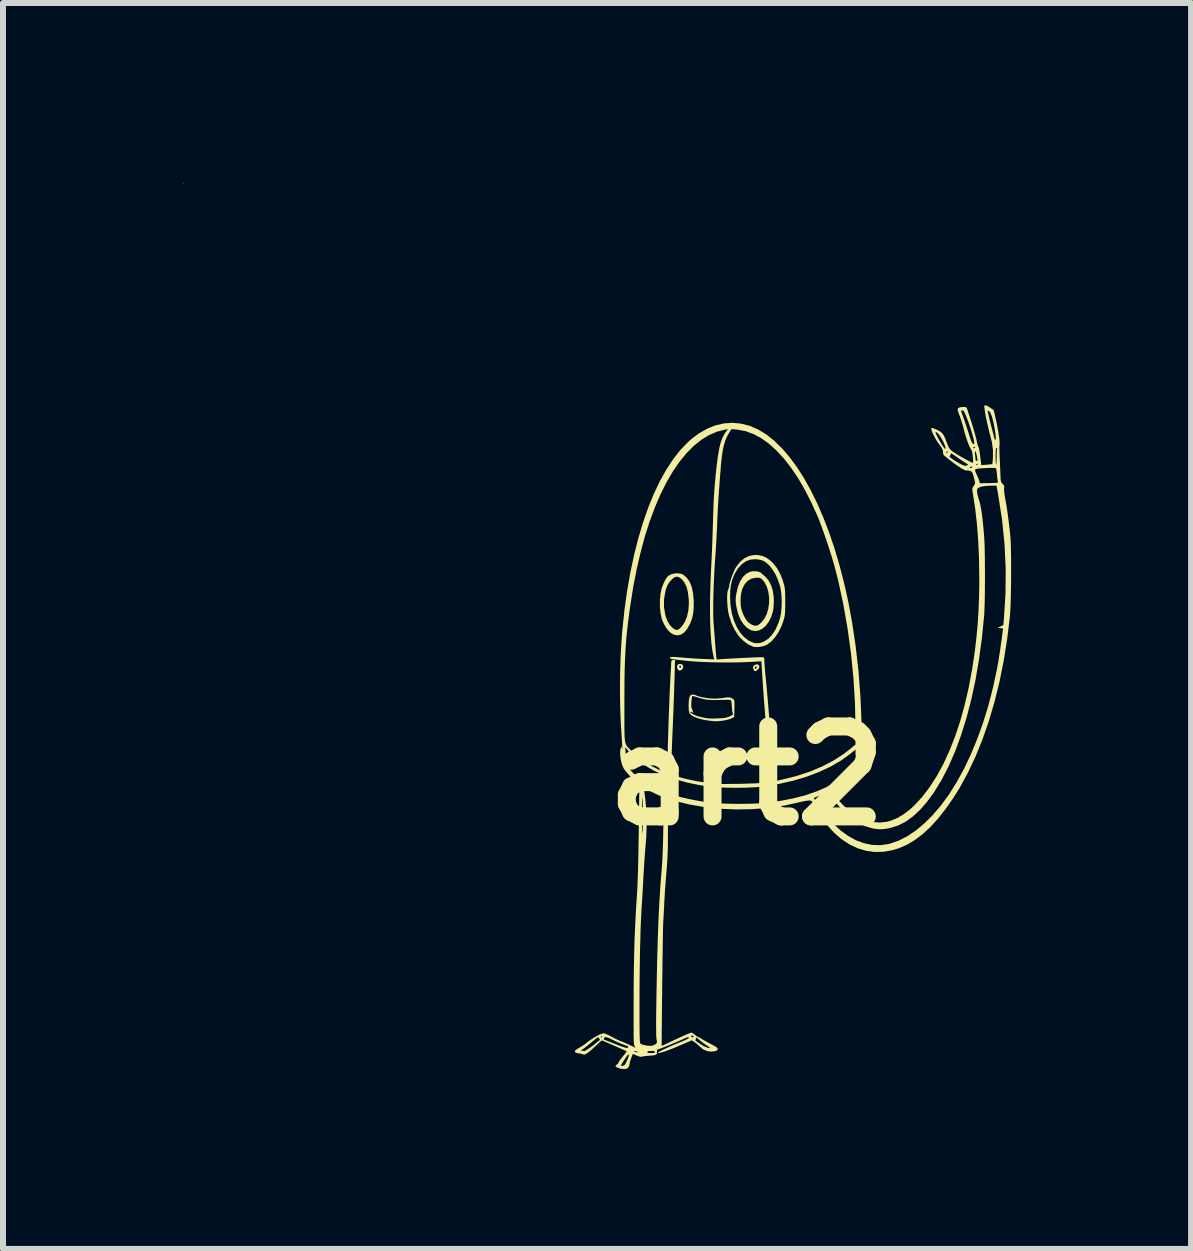
<source format=kicad_pcb>
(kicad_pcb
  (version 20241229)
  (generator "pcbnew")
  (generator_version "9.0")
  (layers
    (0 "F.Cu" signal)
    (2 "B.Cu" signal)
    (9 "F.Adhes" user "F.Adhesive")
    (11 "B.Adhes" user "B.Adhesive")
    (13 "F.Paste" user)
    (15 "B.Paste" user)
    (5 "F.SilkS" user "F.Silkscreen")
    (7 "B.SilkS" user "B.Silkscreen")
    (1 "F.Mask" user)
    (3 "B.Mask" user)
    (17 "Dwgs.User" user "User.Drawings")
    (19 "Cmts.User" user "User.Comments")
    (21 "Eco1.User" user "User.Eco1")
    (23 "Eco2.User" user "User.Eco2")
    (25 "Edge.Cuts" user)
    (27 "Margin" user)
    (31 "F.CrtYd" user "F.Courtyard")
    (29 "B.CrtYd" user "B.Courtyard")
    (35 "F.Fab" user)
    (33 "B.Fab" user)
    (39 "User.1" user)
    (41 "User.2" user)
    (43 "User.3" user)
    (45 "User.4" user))
  (footprint "art2"
    (layer "F.Cu")
    (at 9.4 9.882)
    (property "Reference" "art2" (at 0 0 0) (layer "F.SilkS") (effects (font (size 1.5 1.5) (thickness 0.3))))
    (attr board_only exclude_from_pos_files exclude_from_bom)
    (fp_poly (pts (xy -9.388 -9.876) (xy -9.394 -9.871) (xy -9.4 -9.876) (xy -9.394 -9.882)) (stroke (width 0) (type solid)) (fill yes) (layer "F.SilkS"))
    (fp_poly (pts (xy -1.089 -1.859) (xy -1.064 -1.841) (xy -1.059 -1.821) (xy -1.067 -1.787) (xy -1.087 -1.764) (xy -1.112 -1.753) (xy -1.137 -1.758) (xy -1.153 -1.776) (xy -1.164 -1.814) (xy -1.161 -1.828) (xy -1.128 -1.828) (xy -1.125 -1.812) (xy -1.122 -1.808) (xy -1.104 -1.8) (xy -1.095 -1.813) (xy -1.094 -1.818) (xy -1.104 -1.833) (xy -1.112 -1.835) (xy -1.128 -1.828) (xy -1.161 -1.828) (xy -1.157 -1.844) (xy -1.135 -1.862) (xy -1.102 -1.863)) (stroke (width 0) (type solid)) (fill yes) (layer "F.SilkS"))
    (fp_poly (pts (xy 0.181 -1.856) (xy 0.198 -1.845) (xy 0.211 -1.821) (xy 0.203 -1.794) (xy 0.183 -1.77) (xy 0.156 -1.747) (xy 0.137 -1.743) (xy 0.121 -1.756) (xy 0.121 -1.756) (xy 0.103 -1.791) (xy 0.103 -1.794) (xy 0.133 -1.794) (xy 0.142 -1.782) (xy 0.154 -1.783) (xy 0.164 -1.799) (xy 0.165 -1.807) (xy 0.159 -1.818) (xy 0.176 -1.818) (xy 0.182 -1.812) (xy 0.188 -1.818) (xy 0.182 -1.824) (xy 0.176 -1.818) (xy 0.159 -1.818) (xy 0.157 -1.822) (xy 0.143 -1.82) (xy 0.135 -1.812) (xy 0.133 -1.794) (xy 0.103 -1.794) (xy 0.107 -1.821) (xy 0.118 -1.836) (xy 0.15 -1.856)) (stroke (width 0) (type solid)) (fill yes) (layer "F.SilkS"))
    (fp_poly (pts (xy -1.089 -3.365) (xy -1.058 -3.35) (xy -0.999 -3.299) (xy -0.953 -3.232) (xy -0.919 -3.15) (xy -0.897 -3.049) (xy -0.886 -2.928) (xy -0.885 -2.916) (xy -0.885 -2.803) (xy -0.894 -2.707) (xy -0.913 -2.621) (xy -0.944 -2.539) (xy -0.951 -2.523) (xy -0.997 -2.443) (xy -1.046 -2.386) (xy -1.099 -2.352) (xy -1.156 -2.34) (xy -1.215 -2.352) (xy -1.259 -2.375) (xy -1.303 -2.412) (xy -1.345 -2.466) (xy -1.383 -2.532) (xy -1.413 -2.602) (xy -1.419 -2.62) (xy -1.439 -2.716) (xy -1.448 -2.814) (xy -1.381 -2.814) (xy -1.36 -2.685) (xy -1.347 -2.639) (xy -1.323 -2.578) (xy -1.291 -2.523) (xy -1.253 -2.478) (xy -1.213 -2.446) (xy -1.175 -2.431) (xy -1.152 -2.432) (xy -1.132 -2.444) (xy -1.104 -2.468) (xy -1.082 -2.491) (xy -1.033 -2.564) (xy -0.997 -2.654) (xy -0.974 -2.759) (xy -0.966 -2.876) (xy -0.968 -2.94) (xy -0.981 -3.053) (xy -1.004 -3.146) (xy -1.039 -3.22) (xy -1.076 -3.268) (xy -1.121 -3.305) (xy -1.161 -3.319) (xy -1.199 -3.312) (xy -1.24 -3.283) (xy -1.256 -3.266) (xy -1.296 -3.219) (xy -1.324 -3.174) (xy -1.344 -3.121) (xy -1.357 -3.076) (xy -1.38 -2.943) (xy -1.381 -2.814) (xy -1.448 -2.814) (xy -1.449 -2.823) (xy -1.449 -2.933) (xy -1.438 -3.039) (xy -1.417 -3.132) (xy -1.412 -3.146) (xy -1.388 -3.206) (xy -1.361 -3.262) (xy -1.333 -3.306) (xy -1.311 -3.33) (xy -1.264 -3.357) (xy -1.206 -3.372) (xy -1.145 -3.375)) (stroke (width 0) (type solid)) (fill yes) (layer "F.SilkS"))
    (fp_poly (pts (xy 0.191 -3.402) (xy 0.225 -3.39) (xy 0.233 -3.385) (xy 0.253 -3.366) (xy 0.283 -3.34) (xy 0.304 -3.322) (xy 0.361 -3.257) (xy 0.405 -3.175) (xy 0.435 -3.078) (xy 0.449 -2.967) (xy 0.451 -2.918) (xy 0.449 -2.859) (xy 0.445 -2.801) (xy 0.438 -2.753) (xy 0.436 -2.741) (xy 0.406 -2.648) (xy 0.366 -2.567) (xy 0.318 -2.502) (xy 0.263 -2.453) (xy 0.203 -2.423) (xy 0.14 -2.412) (xy 0.077 -2.423) (xy 0.063 -2.429) (xy -0.000269 -2.468) (xy -0.057 -2.528) (xy -0.106 -2.605) (xy -0.144 -2.696) (xy -0.17 -2.798) (xy -0.174 -2.816) (xy -0.182 -2.873) (xy -0.186 -2.913) (xy -0.104 -2.913) (xy -0.101 -2.844) (xy -0.095 -2.799) (xy -0.078 -2.737) (xy -0.052 -2.673) (xy -0.021 -2.616) (xy 0.01 -2.572) (xy 0.019 -2.562) (xy 0.053 -2.536) (xy 0.092 -2.515) (xy 0.127 -2.502) (xy 0.151 -2.5) (xy 0.173 -2.506) (xy 0.178 -2.506) (xy 0.192 -2.513) (xy 0.217 -2.533) (xy 0.24 -2.553) (xy 0.292 -2.615) (xy 0.331 -2.693) (xy 0.357 -2.781) (xy 0.371 -2.875) (xy 0.372 -2.971) (xy 0.359 -3.065) (xy 0.334 -3.151) (xy 0.295 -3.225) (xy 0.261 -3.267) (xy 0.238 -3.288) (xy 0.217 -3.298) (xy 0.189 -3.302) (xy 0.153 -3.301) (xy 0.08 -3.286) (xy 0.018 -3.251) (xy -0.034 -3.195) (xy -0.073 -3.119) (xy -0.079 -3.104) (xy -0.092 -3.051) (xy -0.101 -2.984) (xy -0.104 -2.913) (xy -0.186 -2.913) (xy -0.186 -2.917) (xy -0.185 -2.958) (xy -0.18 -3.005) (xy -0.174 -3.039) (xy -0.149 -3.147) (xy -0.113 -3.238) (xy -0.066 -3.312) (xy -0.01 -3.367) (xy 0.055 -3.401) (xy 0.055 -3.401) (xy 0.098 -3.409) (xy 0.146 -3.409)) (stroke (width 0) (type solid)) (fill yes) (layer "F.SilkS"))
    (fp_poly (pts (xy 0.175 -3.68) (xy 0.258 -3.665) (xy 0.332 -3.632) (xy 0.402 -3.579) (xy 0.436 -3.544) (xy 0.499 -3.467) (xy 0.549 -3.38) (xy 0.592 -3.277) (xy 0.607 -3.229) (xy 0.619 -3.19) (xy 0.628 -3.156) (xy 0.633 -3.122) (xy 0.637 -3.083) (xy 0.639 -3.034) (xy 0.64 -2.971) (xy 0.641 -2.906) (xy 0.64 -2.825) (xy 0.639 -2.764) (xy 0.637 -2.716) (xy 0.633 -2.677) (xy 0.627 -2.643) (xy 0.618 -2.608) (xy 0.615 -2.597) (xy 0.577 -2.491) (xy 0.528 -2.393) (xy 0.471 -2.308) (xy 0.408 -2.238) (xy 0.342 -2.188) (xy 0.324 -2.178) (xy 0.274 -2.16) (xy 0.216 -2.148) (xy 0.159 -2.145) (xy 0.112 -2.15) (xy 0.106 -2.151) (xy 0.018 -2.193) (xy -0.064 -2.255) (xy -0.139 -2.335) (xy -0.203 -2.433) (xy -0.256 -2.545) (xy -0.295 -2.665) (xy -0.309 -2.727) (xy -0.319 -2.798) (xy -0.325 -2.872) (xy -0.328 -2.945) (xy -0.328 -2.977) (xy -0.279 -2.977) (xy -0.273 -2.858) (xy -0.269 -2.824) (xy -0.248 -2.697) (xy -0.213 -2.581) (xy -0.167 -2.476) (xy -0.111 -2.385) (xy -0.046 -2.311) (xy 0.026 -2.255) (xy 0.104 -2.219) (xy 0.126 -2.213) (xy 0.18 -2.208) (xy 0.234 -2.217) (xy 0.295 -2.242) (xy 0.295 -2.242) (xy 0.363 -2.288) (xy 0.425 -2.355) (xy 0.479 -2.439) (xy 0.525 -2.54) (xy 0.555 -2.632) (xy 0.57 -2.709) (xy 0.579 -2.802) (xy 0.582 -2.901) (xy 0.578 -3.001) (xy 0.568 -3.092) (xy 0.555 -3.159) (xy 0.519 -3.266) (xy 0.474 -3.364) (xy 0.421 -3.449) (xy 0.362 -3.519) (xy 0.3 -3.569) (xy 0.275 -3.583) (xy 0.238 -3.595) (xy 0.19 -3.605) (xy 0.151 -3.61) (xy 0.065 -3.604) (xy -0.014 -3.576) (xy -0.085 -3.526) (xy -0.149 -3.456) (xy -0.203 -3.365) (xy -0.244 -3.267) (xy -0.264 -3.186) (xy -0.276 -3.088) (xy -0.279 -2.977) (xy -0.328 -2.977) (xy -0.327 -3.01) (xy -0.323 -3.063) (xy -0.314 -3.098) (xy -0.313 -3.098) (xy -0.3 -3.133) (xy -0.294 -3.164) (xy -0.294 -3.166) (xy -0.289 -3.197) (xy -0.276 -3.243) (xy -0.258 -3.298) (xy -0.236 -3.356) (xy -0.213 -3.411) (xy -0.191 -3.458) (xy -0.177 -3.481) (xy -0.113 -3.564) (xy -0.041 -3.625) (xy 0.039 -3.664) (xy 0.126 -3.68)) (stroke (width 0) (type solid)) (fill yes) (layer "F.SilkS"))
    (fp_poly (pts (xy -0.871 -1.35) (xy -0.852 -1.343) (xy -0.852 -1.343) (xy -0.831 -1.332) (xy -0.792 -1.32) (xy -0.741 -1.308) (xy -0.683 -1.298) (xy -0.625 -1.29) (xy -0.585 -1.287) (xy -0.507 -1.286) (xy -0.425 -1.292) (xy -0.392 -1.297) (xy -0.342 -1.305) (xy -0.308 -1.307) (xy -0.283 -1.305) (xy -0.259 -1.297) (xy -0.255 -1.295) (xy -0.225 -1.277) (xy -0.209 -1.256) (xy -0.208 -1.253) (xy -0.207 -1.234) (xy -0.206 -1.196) (xy -0.206 -1.147) (xy -0.207 -1.092) (xy -0.209 -1.037) (xy -0.211 -0.988) (xy -0.211 -0.986) (xy -0.223 -0.972) (xy -0.253 -0.956) (xy -0.295 -0.941) (xy -0.346 -0.928) (xy -0.4 -0.918) (xy -0.401 -0.918) (xy -0.45 -0.912) (xy -0.486 -0.909) (xy -0.517 -0.908) (xy -0.551 -0.91) (xy -0.596 -0.915) (xy -0.635 -0.919) (xy -0.725 -0.934) (xy -0.805 -0.954) (xy -0.872 -0.979) (xy -0.923 -1.008) (xy -0.954 -1.04) (xy -0.962 -1.056) (xy -0.962 -1.059) (xy -0.941 -1.059) (xy -0.932 -1.048) (xy -0.907 -1.031) (xy -0.885 -1.019) (xy -0.856 -1.006) (xy -0.826 -0.995) (xy -0.787 -0.984) (xy -0.736 -0.972) (xy -0.676 -0.96) (xy -0.639 -0.956) (xy -0.586 -0.954) (xy -0.524 -0.954) (xy -0.461 -0.957) (xy -0.403 -0.96) (xy -0.359 -0.966) (xy -0.345 -0.969) (xy -0.302 -0.982) (xy -0.266 -0.998) (xy -0.24 -1.014) (xy -0.229 -1.028) (xy -0.232 -1.034) (xy -0.238 -1.048) (xy -0.244 -1.08) (xy -0.248 -1.124) (xy -0.249 -1.142) (xy -0.252 -1.189) (xy -0.257 -1.228) (xy -0.261 -1.252) (xy -0.263 -1.256) (xy -0.274 -1.262) (xy -0.3 -1.265) (xy -0.344 -1.266) (xy -0.408 -1.264) (xy -0.439 -1.263) (xy -0.532 -1.261) (xy -0.608 -1.263) (xy -0.676 -1.27) (xy -0.742 -1.283) (xy -0.812 -1.303) (xy -0.826 -1.308) (xy -0.866 -1.32) (xy -0.896 -1.327) (xy -0.911 -1.328) (xy -0.911 -1.328) (xy -0.914 -1.315) (xy -0.919 -1.284) (xy -0.923 -1.242) (xy -0.924 -1.233) (xy -0.926 -1.179) (xy -0.924 -1.142) (xy -0.916 -1.114) (xy -0.912 -1.107) (xy -0.899 -1.076) (xy -0.894 -1.055) (xy -0.899 -1.05) (xy -0.908 -1.056) (xy -0.928 -1.069) (xy -0.94 -1.066) (xy -0.941 -1.059) (xy -0.962 -1.059) (xy -0.968 -1.094) (xy -0.97 -1.145) (xy -0.97 -1.201) (xy -0.966 -1.254) (xy -0.96 -1.297) (xy -0.954 -1.315) (xy -0.939 -1.341) (xy -0.918 -1.352) (xy -0.901 -1.353)) (stroke (width 0) (type solid)) (fill yes) (layer "F.SilkS"))
    (fp_poly (pts (xy 4.009 -6.165) (xy 4.052 -6.139) (xy 4.058 -6.135) (xy 4.116 -6.093) (xy 4.146 -5.967) (xy 4.162 -5.894) (xy 4.177 -5.818) (xy 4.191 -5.741) (xy 4.202 -5.67) (xy 4.21 -5.607) (xy 4.214 -5.557) (xy 4.214 -5.524) (xy 4.213 -5.519) (xy 4.211 -5.496) (xy 4.211 -5.456) (xy 4.211 -5.402) (xy 4.214 -5.339) (xy 4.215 -5.312) (xy 4.219 -5.237) (xy 4.222 -5.158) (xy 4.225 -5.085) (xy 4.228 -5.025) (xy 4.228 -5.017) (xy 4.23 -4.962) (xy 4.233 -4.926) (xy 4.239 -4.902) (xy 4.248 -4.884) (xy 4.263 -4.868) (xy 4.264 -4.866) (xy 4.286 -4.84) (xy 4.292 -4.816) (xy 4.289 -4.794) (xy 4.288 -4.763) (xy 4.293 -4.713) (xy 4.302 -4.648) (xy 4.31 -4.603) (xy 4.33 -4.494) (xy 4.348 -4.372) (xy 4.366 -4.236) (xy 4.384 -4.08) (xy 4.391 -4.018) (xy 4.396 -3.954) (xy 4.4 -3.87) (xy 4.403 -3.77) (xy 4.405 -3.657) (xy 4.406 -3.535) (xy 4.406 -3.407) (xy 4.406 -3.277) (xy 4.404 -3.148) (xy 4.402 -3.024) (xy 4.399 -2.908) (xy 4.395 -2.804) (xy 4.39 -2.716) (xy 4.385 -2.647) (xy 4.34 -2.277) (xy 4.283 -1.918) (xy 4.213 -1.57) (xy 4.13 -1.235) (xy 4.036 -0.914) (xy 3.93 -0.609) (xy 3.813 -0.32) (xy 3.685 -0.049) (xy 3.548 0.203) (xy 3.444 0.368) (xy 3.315 0.553) (xy 3.187 0.716) (xy 3.059 0.856) (xy 2.93 0.975) (xy 2.8 1.073) (xy 2.668 1.151) (xy 2.532 1.21) (xy 2.426 1.242) (xy 2.278 1.268) (xy 2.131 1.271) (xy 1.987 1.251) (xy 1.846 1.209) (xy 1.711 1.145) (xy 1.581 1.059) (xy 1.458 0.953) (xy 1.378 0.867) (xy 1.336 0.814) (xy 1.288 0.749) (xy 1.237 0.677) (xy 1.189 0.604) (xy 1.148 0.537) (xy 1.117 0.482) (xy 1.117 0.481) (xy 1.098 0.444) (xy 1.083 0.423) (xy 1.067 0.415) (xy 1.044 0.413) (xy 1.032 0.413) (xy 0.998 0.417) (xy 0.95 0.425) (xy 0.896 0.437) (xy 0.876 0.442) (xy 0.628 0.497) (xy 0.368 0.535) (xy 0.103 0.557) (xy -0.166 0.562) (xy -0.433 0.551) (xy -0.696 0.524) (xy -0.95 0.481) (xy -1.192 0.421) (xy -1.256 0.402) (xy -1.296 0.39) (xy -1.317 0.385) (xy -1.325 0.387) (xy -1.325 0.396) (xy -1.323 0.401) (xy -1.322 0.417) (xy -1.32 0.454) (xy -1.319 0.509) (xy -1.318 0.58) (xy -1.317 0.663) (xy -1.316 0.756) (xy -1.315 0.856) (xy -1.315 0.867) (xy -1.315 0.998) (xy -1.316 1.11) (xy -1.317 1.206) (xy -1.32 1.293) (xy -1.323 1.373) (xy -1.328 1.452) (xy -1.334 1.533) (xy -1.339 1.594) (xy -1.347 1.693) (xy -1.356 1.801) (xy -1.364 1.912) (xy -1.37 2.017) (xy -1.376 2.107) (xy -1.376 2.118) (xy -1.38 2.199) (xy -1.384 2.279) (xy -1.388 2.353) (xy -1.392 2.414) (xy -1.394 2.458) (xy -1.394 2.459) (xy -1.395 2.484) (xy -1.396 2.53) (xy -1.398 2.594) (xy -1.399 2.674) (xy -1.401 2.768) (xy -1.402 2.873) (xy -1.404 2.989) (xy -1.406 3.113) (xy -1.407 3.242) (xy -1.409 3.375) (xy -1.411 3.509) (xy -1.412 3.643) (xy -1.414 3.774) (xy -1.415 3.901) (xy -1.416 4.021) (xy -1.417 4.133) (xy -1.418 4.234) (xy -1.419 4.321) (xy -1.419 4.394) (xy -1.42 4.45) (xy -1.419 4.487) (xy -1.419 4.502) (xy -1.419 4.503) (xy -1.408 4.499) (xy -1.38 4.487) (xy -1.34 4.469) (xy -1.305 4.451) (xy -1.239 4.42) (xy -1.171 4.388) (xy -1.104 4.357) (xy -1.071 4.343) (xy -0.928 4.343) (xy -0.924 4.352) (xy -0.907 4.364) (xy -0.89 4.355) (xy -0.888 4.353) (xy -0.891 4.339) (xy -0.9 4.334) (xy -0.921 4.331) (xy -0.928 4.343) (xy -1.071 4.343) (xy -1.042 4.33) (xy -0.99 4.307) (xy -0.95 4.291) (xy -0.926 4.283) (xy -0.922 4.282) (xy -0.904 4.29) (xy -0.878 4.308) (xy -0.867 4.318) (xy -0.84 4.339) (xy -0.821 4.351) (xy -0.816 4.353) (xy -0.8 4.359) (xy -0.774 4.374) (xy -0.764 4.381) (xy -0.737 4.397) (xy -0.695 4.421) (xy -0.645 4.449) (xy -0.602 4.471) (xy -0.549 4.499) (xy -0.514 4.52) (xy -0.494 4.536) (xy -0.485 4.549) (xy -0.485 4.557) (xy -0.496 4.577) (xy -0.524 4.591) (xy -0.572 4.597) (xy -0.604 4.599) (xy -0.667 4.589) (xy -0.73 4.56) (xy -0.787 4.513) (xy -0.789 4.511) (xy -0.816 4.485) (xy -0.852 4.456) (xy -0.867 4.445) (xy -0.908 4.417) (xy -0.856 4.417) (xy -0.846 4.424) (xy -0.821 4.441) (xy -0.791 4.462) (xy -0.72 4.507) (xy -0.662 4.533) (xy -0.625 4.54) (xy -0.615 4.538) (xy -0.621 4.529) (xy -0.645 4.511) (xy -0.672 4.493) (xy -0.717 4.462) (xy -0.761 4.429) (xy -0.793 4.403) (xy -0.839 4.361) (xy -0.849 4.388) (xy -0.856 4.409) (xy -0.856 4.417) (xy -0.908 4.417) (xy -0.917 4.411) (xy -1.079 4.481) (xy -1.187 4.527) (xy -1.28 4.564) (xy -1.357 4.593) (xy -1.416 4.611) (xy -1.457 4.621) (xy -1.479 4.62) (xy -1.482 4.615) (xy -1.472 4.606) (xy -1.443 4.591) (xy -1.4 4.569) (xy -1.345 4.544) (xy -1.283 4.515) (xy -1.217 4.486) (xy -1.149 4.458) (xy -1.088 4.433) (xy -1.032 4.41) (xy -0.992 4.389) (xy -0.969 4.374) (xy -0.965 4.368) (xy -0.972 4.358) (xy -0.995 4.361) (xy -1.034 4.377) (xy -1.059 4.389) (xy -1.088 4.402) (xy -1.131 4.421) (xy -1.184 4.444) (xy -1.243 4.468) (xy -1.304 4.494) (xy -1.362 4.517) (xy -1.414 4.538) (xy -1.455 4.554) (xy -1.481 4.563) (xy -1.488 4.565) (xy -1.497 4.575) (xy -1.498 4.597) (xy -1.497 4.624) (xy -1.504 4.643) (xy -1.524 4.655) (xy -1.56 4.662) (xy -1.615 4.667) (xy -1.625 4.668) (xy -1.675 4.671) (xy -1.716 4.676) (xy -1.743 4.682) (xy -1.749 4.684) (xy -1.769 4.686) (xy -1.807 4.676) (xy -1.831 4.666) (xy -1.9 4.637) (xy -1.926 4.704) (xy -1.94 4.744) (xy -1.95 4.779) (xy -1.952 4.796) (xy -1.958 4.824) (xy -1.97 4.854) (xy -1.988 4.877) (xy -2.014 4.887) (xy -2.032 4.889) (xy -2.07 4.888) (xy -2.103 4.884) (xy -2.106 4.883) (xy -2.155 4.867) (xy -2.182 4.852) (xy -2.188 4.841) (xy -2.153 4.841) (xy -2.147 4.847) (xy -2.141 4.841) (xy -2.147 4.835) (xy -2.106 4.835) (xy -2.072 4.835) (xy -2.051 4.833) (xy -2.036 4.821) (xy -2.02 4.795) (xy -2.008 4.771) (xy -1.984 4.717) (xy -1.97 4.678) (xy -1.967 4.654) (xy -1.972 4.647) (xy -1.981 4.651) (xy -1.993 4.665) (xy -2.012 4.69) (xy -2.039 4.731) (xy -2.063 4.768) (xy -2.106 4.835) (xy -2.147 4.835) (xy -2.153 4.841) (xy -2.188 4.841) (xy -2.189 4.839) (xy -2.178 4.824) (xy -2.165 4.814) (xy -2.146 4.797) (xy -2.141 4.785) (xy -2.134 4.77) (xy -2.115 4.741) (xy -2.088 4.705) (xy -2.07 4.683) (xy -2.04 4.646) (xy -2.017 4.616) (xy -2.004 4.598) (xy -2.003 4.594) (xy -2.01 4.59) (xy -1.882 4.59) (xy -1.874 4.598) (xy -1.871 4.6) (xy -1.844 4.609) (xy -1.829 4.611) (xy -1.806 4.61) (xy -1.816 4.606) (xy -1.659 4.606) (xy -1.653 4.617) (xy -1.633 4.622) (xy -1.594 4.624) (xy -1.555 4.622) (xy -1.535 4.616) (xy -1.529 4.606) (xy -1.535 4.595) (xy -1.556 4.59) (xy -1.594 4.588) (xy -1.633 4.59) (xy -1.653 4.595) (xy -1.659 4.606) (xy -1.816 4.606) (xy -1.829 4.6) (xy -1.857 4.591) (xy -1.871 4.589) (xy -1.882 4.59) (xy -2.01 4.59) (xy -2.015 4.588) (xy -2.044 4.574) (xy -2.087 4.555) (xy -2.106 4.547) (xy -1.506 4.547) (xy -1.5 4.553) (xy -1.494 4.547) (xy -1.5 4.541) (xy -1.506 4.547) (xy -2.106 4.547) (xy -2.139 4.532) (xy -2.196 4.507) (xy -2.254 4.482) (xy -2.308 4.458) (xy -2.356 4.437) (xy -2.392 4.421) (xy -2.413 4.413) (xy -2.416 4.412) (xy -2.427 4.419) (xy -2.451 4.44) (xy -2.484 4.471) (xy -2.524 4.509) (xy -2.592 4.571) (xy -2.647 4.616) (xy -2.688 4.643) (xy -2.715 4.651) (xy -2.723 4.648) (xy -2.741 4.641) (xy -2.774 4.633) (xy -2.798 4.63) (xy -2.843 4.62) (xy -2.866 4.606) (xy -2.865 4.587) (xy -2.865 4.586) (xy -2.765 4.586) (xy -2.756 4.585) (xy -2.733 4.584) (xy -2.723 4.589) (xy -2.709 4.59) (xy -2.679 4.576) (xy -2.635 4.548) (xy -2.578 4.507) (xy -2.541 4.478) (xy -2.503 4.448) (xy -2.472 4.424) (xy -2.453 4.408) (xy -2.449 4.405) (xy -2.452 4.394) (xy -2.453 4.392) (xy -2.386 4.392) (xy -2.384 4.396) (xy -2.372 4.402) (xy -2.342 4.414) (xy -2.297 4.432) (xy -2.241 4.454) (xy -2.187 4.475) (xy -2.116 4.503) (xy -2.063 4.522) (xy -2.027 4.533) (xy -2.003 4.538) (xy -1.99 4.538) (xy -1.984 4.533) (xy -1.978 4.517) (xy -1.978 4.513) (xy -1.99 4.507) (xy -2.019 4.496) (xy -2.059 4.481) (xy -2.071 4.477) (xy -2.128 4.454) (xy -2.191 4.425) (xy -2.244 4.399) (xy -2.301 4.372) (xy -2.342 4.359) (xy -2.369 4.36) (xy -2.382 4.375) (xy -2.386 4.392) (xy -2.453 4.392) (xy -2.462 4.376) (xy -2.472 4.364) (xy -2.482 4.36) (xy -2.498 4.368) (xy -2.523 4.389) (xy -2.539 4.402) (xy -2.619 4.469) (xy -2.686 4.523) (xy -2.736 4.559) (xy -2.761 4.578) (xy -2.765 4.586) (xy -2.865 4.586) (xy -2.842 4.564) (xy -2.796 4.536) (xy -2.785 4.53) (xy -2.745 4.507) (xy -2.706 4.48) (xy -2.703 4.477) (xy -2.63 4.421) (xy -2.56 4.373) (xy -2.526 4.353) (xy -2.435 4.353) (xy -2.426 4.364) (xy -2.424 4.365) (xy -2.412 4.356) (xy -2.412 4.353) (xy -2.421 4.342) (xy -2.424 4.341) (xy -2.435 4.35) (xy -2.435 4.353) (xy -2.526 4.353) (xy -2.494 4.334) (xy -2.438 4.308) (xy -2.394 4.295) (xy -2.382 4.294) (xy -2.361 4.3) (xy -2.325 4.315) (xy -2.282 4.336) (xy -2.263 4.347) (xy -2.209 4.375) (xy -2.15 4.404) (xy -2.098 4.426) (xy -2.091 4.429) (xy -2.038 4.45) (xy -1.978 4.477) (xy -1.927 4.501) (xy -1.887 4.521) (xy -1.864 4.531) (xy -1.856 4.532) (xy -1.86 4.523) (xy -1.866 4.515) (xy -1.871 4.508) (xy -1.875 4.499) (xy -1.878 4.487) (xy -1.881 4.469) (xy -1.883 4.444) (xy -1.885 4.409) (xy -1.886 4.364) (xy -1.887 4.306) (xy -1.887 4.233) (xy -1.887 4.143) (xy -1.887 4.035) (xy -1.887 3.932) (xy -1.789 3.932) (xy -1.789 4.054) (xy -1.789 4.157) (xy -1.788 4.242) (xy -1.787 4.31) (xy -1.786 4.363) (xy -1.784 4.403) (xy -1.782 4.432) (xy -1.779 4.451) (xy -1.776 4.463) (xy -1.773 4.467) (xy -1.751 4.479) (xy -1.713 4.49) (xy -1.665 4.499) (xy -1.616 4.504) (xy -1.614 4.504) (xy -1.585 4.501) (xy -1.55 4.49) (xy -1.547 4.489) (xy -1.513 4.47) (xy -1.499 4.448) (xy -1.5 4.414) (xy -1.505 4.392) (xy -1.508 4.372) (xy -1.51 4.335) (xy -1.511 4.279) (xy -1.512 4.204) (xy -1.512 4.109) (xy -1.511 3.993) (xy -1.509 3.855) (xy -1.507 3.695) (xy -1.506 3.635) (xy -1.5 3.328) (xy -1.494 3.042) (xy -1.486 2.778) (xy -1.478 2.532) (xy -1.468 2.304) (xy -1.457 2.093) (xy -1.445 1.896) (xy -1.432 1.713) (xy -1.417 1.543) (xy -1.417 1.535) (xy -1.413 1.483) (xy -1.409 1.414) (xy -1.405 1.332) (xy -1.402 1.239) (xy -1.398 1.139) (xy -1.395 1.034) (xy -1.393 0.928) (xy -1.391 0.824) (xy -1.39 0.724) (xy -1.389 0.632) (xy -1.388 0.55) (xy -1.389 0.482) (xy -1.39 0.431) (xy -1.392 0.4) (xy -1.393 0.396) (xy -1.402 0.367) (xy -1.418 0.348) (xy -1.451 0.333) (xy -1.483 0.319) (xy -1.528 0.298) (xy -1.58 0.272) (xy -1.61 0.257) (xy -1.72 0.2) (xy -1.713 0.238) (xy -1.693 0.38) (xy -1.679 0.538) (xy -1.672 0.706) (xy -1.671 0.878) (xy -1.678 1.047) (xy -1.688 1.167) (xy -1.693 1.226) (xy -1.699 1.303) (xy -1.706 1.394) (xy -1.712 1.492) (xy -1.718 1.593) (xy -1.724 1.685) (xy -1.729 1.782) (xy -1.734 1.881) (xy -1.74 1.977) (xy -1.745 2.063) (xy -1.749 2.136) (xy -1.753 2.188) (xy -1.759 2.291) (xy -1.765 2.415) (xy -1.771 2.558) (xy -1.775 2.718) (xy -1.78 2.892) (xy -1.783 3.079) (xy -1.786 3.276) (xy -1.788 3.481) (xy -1.789 3.691) (xy -1.789 3.787) (xy -1.789 3.932) (xy -1.887 3.932) (xy -1.887 3.908) (xy -1.887 3.775) (xy -1.886 3.536) (xy -1.884 3.316) (xy -1.881 3.114) (xy -1.877 2.925) (xy -1.872 2.747) (xy -1.865 2.576) (xy -1.857 2.409) (xy -1.848 2.242) (xy -1.837 2.074) (xy -1.836 2.053) (xy -1.83 1.96) (xy -1.824 1.858) (xy -1.82 1.745) (xy -1.815 1.618) (xy -1.811 1.476) (xy -1.808 1.317) (xy -1.805 1.138) (xy -1.802 0.937) (xy -1.802 0.935) (xy -1.798 0.665) (xy -1.749 0.665) (xy -1.749 0.758) (xy -1.748 0.835) (xy -1.747 0.895) (xy -1.746 0.935) (xy -1.744 0.956) (xy -1.742 0.955) (xy -1.741 0.947) (xy -1.738 0.907) (xy -1.735 0.85) (xy -1.734 0.781) (xy -1.732 0.706) (xy -1.732 0.659) (xy -1.733 0.585) (xy -1.734 0.513) (xy -1.736 0.449) (xy -1.739 0.399) (xy -1.741 0.376) (xy -1.743 0.367) (xy -1.745 0.38) (xy -1.747 0.413) (xy -1.748 0.465) (xy -1.749 0.535) (xy -1.749 0.621) (xy -1.749 0.665) (xy -1.798 0.665) (xy -1.791 0.147) (xy -1.816 0.131) (xy -1.846 0.107) (xy -1.886 0.069) (xy -1.93 0.024) (xy -1.975 -0.024) (xy -2.014 -0.07) (xy -2.044 -0.108) (xy -2.053 -0.122) (xy -2.077 -0.176) (xy -2.096 -0.241) (xy -2.103 -0.286) (xy -2.059 -0.286) (xy -2.052 -0.264) (xy -2.034 -0.23) (xy -2.007 -0.186) (xy -1.975 -0.14) (xy -1.941 -0.095) (xy -1.909 -0.058) (xy -1.824 0.02) (xy -1.716 0.097) (xy -1.585 0.172) (xy -1.542 0.193) (xy -1.483 0.221) (xy -1.442 0.239) (xy -1.414 0.248) (xy -1.396 0.249) (xy -1.387 0.246) (xy -1.36 0.24) (xy -1.344 0.251) (xy -1.341 0.264) (xy -1.33 0.278) (xy -1.298 0.295) (xy -1.249 0.314) (xy -1.184 0.334) (xy -1.108 0.355) (xy -1.022 0.375) (xy -0.929 0.395) (xy -0.832 0.414) (xy -0.734 0.431) (xy -0.638 0.445) (xy -0.576 0.452) (xy -0.493 0.459) (xy -0.391 0.464) (xy -0.277 0.467) (xy -0.156 0.469) (xy -0.035 0.468) (xy 0.083 0.466) (xy 0.19 0.462) (xy 0.282 0.456) (xy 0.312 0.453) (xy 0.55 0.421) (xy 0.772 0.378) (xy 0.799 0.371) (xy 1.119 0.371) (xy 1.123 0.383) (xy 1.138 0.409) (xy 1.162 0.447) (xy 1.193 0.492) (xy 1.227 0.541) (xy 1.262 0.59) (xy 1.296 0.635) (xy 1.315 0.66) (xy 1.436 0.796) (xy 1.56 0.91) (xy 1.689 1.004) (xy 1.82 1.076) (xy 1.953 1.125) (xy 2.087 1.153) (xy 2.222 1.158) (xy 2.356 1.14) (xy 2.398 1.129) (xy 2.541 1.078) (xy 2.683 1.004) (xy 2.825 0.908) (xy 2.967 0.788) (xy 3.089 0.667) (xy 3.232 0.501) (xy 3.369 0.314) (xy 3.499 0.107) (xy 3.622 -0.118) (xy 3.737 -0.36) (xy 3.843 -0.618) (xy 3.94 -0.888) (xy 4.027 -1.171) (xy 4.103 -1.465) (xy 4.168 -1.767) (xy 4.194 -1.912) (xy 4.202 -1.962) (xy 4.212 -2.025) (xy 4.223 -2.095) (xy 4.233 -2.169) (xy 4.244 -2.242) (xy 4.253 -2.31) (xy 4.261 -2.37) (xy 4.267 -2.417) (xy 4.27 -2.446) (xy 4.271 -2.453) (xy 4.26 -2.457) (xy 4.234 -2.46) (xy 4.226 -2.461) (xy 4.182 -2.465) (xy 4.229 -2.488) (xy 4.276 -2.512) (xy 4.285 -2.602) (xy 4.312 -3.025) (xy 4.316 -3.445) (xy 4.296 -3.862) (xy 4.254 -4.278) (xy 4.188 -4.695) (xy 4.187 -4.703) (xy 4.162 -4.835) (xy 4.069 -4.835) (xy 3.995 -4.832) (xy 3.932 -4.824) (xy 3.884 -4.811) (xy 3.853 -4.794) (xy 3.85 -4.79) (xy 3.84 -4.772) (xy 3.837 -4.747) (xy 3.841 -4.711) (xy 3.852 -4.661) (xy 3.87 -4.6) (xy 3.885 -4.55) (xy 3.897 -4.495) (xy 3.909 -4.431) (xy 3.92 -4.355) (xy 3.931 -4.265) (xy 3.942 -4.158) (xy 3.953 -4.031) (xy 3.955 -4.012) (xy 3.959 -3.948) (xy 3.963 -3.865) (xy 3.966 -3.765) (xy 3.968 -3.652) (xy 3.969 -3.531) (xy 3.97 -3.403) (xy 3.97 -3.274) (xy 3.969 -3.146) (xy 3.968 -3.023) (xy 3.966 -2.909) (xy 3.963 -2.808) (xy 3.96 -2.722) (xy 3.956 -2.656) (xy 3.955 -2.653) (xy 3.918 -2.286) (xy 3.87 -1.933) (xy 3.812 -1.596) (xy 3.743 -1.275) (xy 3.664 -0.971) (xy 3.575 -0.685) (xy 3.477 -0.417) (xy 3.37 -0.169) (xy 3.253 0.059) (xy 3.127 0.266) (xy 3.117 0.282) (xy 3.003 0.437) (xy 2.888 0.569) (xy 2.77 0.678) (xy 2.649 0.765) (xy 2.524 0.829) (xy 2.397 0.87) (xy 2.374 0.875) (xy 2.288 0.889) (xy 2.213 0.893) (xy 2.136 0.885) (xy 2.089 0.876) (xy 1.966 0.839) (xy 1.846 0.78) (xy 1.729 0.699) (xy 1.614 0.595) (xy 1.501 0.469) (xy 1.389 0.319) (xy 1.359 0.273) (xy 1.348 0.277) (xy 1.321 0.287) (xy 1.283 0.302) (xy 1.24 0.319) (xy 1.197 0.337) (xy 1.158 0.353) (xy 1.131 0.365) (xy 1.119 0.371) (xy 0.799 0.371) (xy 0.977 0.325) (xy 1.165 0.261) (xy 1.334 0.187) (xy 1.483 0.103) (xy 1.613 0.01) (xy 1.669 -0.04) (xy 1.722 -0.095) (xy 1.767 -0.149) (xy 1.802 -0.201) (xy 1.825 -0.246) (xy 1.835 -0.282) (xy 1.829 -0.307) (xy 1.824 -0.312) (xy 1.817 -0.327) (xy 1.812 -0.357) (xy 1.812 -0.377) (xy 1.812 -0.435) (xy 1.72 -0.361) (xy 1.568 -0.251) (xy 1.396 -0.152) (xy 1.206 -0.063) (xy 1 0.015) (xy 0.78 0.081) (xy 0.548 0.134) (xy 0.306 0.174) (xy 0.184 0.188) (xy 0.116 0.193) (xy 0.03 0.197) (xy -0.067 0.2) (xy -0.171 0.201) (xy -0.275 0.2) (xy -0.375 0.198) (xy -0.464 0.195) (xy -0.537 0.19) (xy -0.559 0.188) (xy -0.78 0.158) (xy -0.989 0.115) (xy -1.186 0.061) (xy -1.368 -0.004) (xy -1.535 -0.078) (xy -1.684 -0.163) (xy -1.815 -0.256) (xy -1.925 -0.357) (xy -1.967 -0.403) (xy -2.027 -0.476) (xy -2.021 -0.379) (xy -2.019 -0.324) (xy -2.022 -0.287) (xy -2.03 -0.271) (xy -2.042 -0.276) (xy -2.048 -0.284) (xy -2.057 -0.292) (xy -2.059 -0.286) (xy -2.103 -0.286) (xy -2.108 -0.31) (xy -2.112 -0.377) (xy -2.107 -0.436) (xy -2.094 -0.48) (xy -2.093 -0.482) (xy -2.086 -0.489) (xy -2.083 -0.474) (xy -2.083 -0.466) (xy -2.081 -0.443) (xy -2.077 -0.437) (xy -2.076 -0.437) (xy -2.075 -0.45) (xy -2.076 -0.483) (xy -2.079 -0.532) (xy -2.082 -0.594) (xy -2.087 -0.664) (xy -2.088 -0.677) (xy -2.103 -0.919) (xy -2.104 -0.953) (xy -2.041 -0.953) (xy -2.041 -0.851) (xy -2.041 -0.766) (xy -2.039 -0.697) (xy -2.037 -0.642) (xy -2.033 -0.597) (xy -2.027 -0.562) (xy -2.019 -0.534) (xy -2.009 -0.511) (xy -1.997 -0.491) (xy -1.981 -0.472) (xy -1.962 -0.453) (xy -1.94 -0.43) (xy -1.924 -0.414) (xy -1.827 -0.324) (xy -1.711 -0.237) (xy -1.582 -0.158) (xy -1.445 -0.09) (xy -1.406 -0.073) (xy -1.324 -0.039) (xy -1.321 -0.299) (xy -1.319 -0.385) (xy -1.317 -0.49) (xy -1.313 -0.61) (xy -1.309 -0.742) (xy -1.305 -0.881) (xy -1.3 -1.024) (xy -1.294 -1.165) (xy -1.289 -1.302) (xy -1.284 -1.43) (xy -1.278 -1.546) (xy -1.273 -1.644) (xy -1.271 -1.688) (xy -1.267 -1.754) (xy -1.264 -1.814) (xy -1.261 -1.862) (xy -1.26 -1.894) (xy -1.259 -1.903) (xy -1.253 -1.923) (xy -1.233 -1.929) (xy -1.228 -1.929) (xy -1.197 -1.929) (xy -1.205 -1.632) (xy -1.208 -1.543) (xy -1.211 -1.437) (xy -1.215 -1.318) (xy -1.22 -1.195) (xy -1.224 -1.072) (xy -1.229 -0.956) (xy -1.23 -0.929) (xy -1.234 -0.825) (xy -1.239 -0.719) (xy -1.243 -0.617) (xy -1.247 -0.523) (xy -1.25 -0.442) (xy -1.253 -0.377) (xy -1.254 -0.353) (xy -1.257 -0.262) (xy -1.261 -0.191) (xy -1.264 -0.139) (xy -1.266 -0.101) (xy -1.269 -0.074) (xy -1.272 -0.057) (xy -1.276 -0.045) (xy -1.276 -0.045) (xy -1.277 -0.035) (xy -1.267 -0.025) (xy -1.243 -0.014) (xy -1.203 0.000254) (xy -1.169 0.011) (xy -1.059 0.042) (xy -0.937 0.07) (xy -0.813 0.095) (xy -0.696 0.113) (xy -0.668 0.117) (xy -0.616 0.123) (xy -0.568 0.129) (xy -0.533 0.133) (xy -0.524 0.134) (xy -0.493 0.136) (xy -0.443 0.138) (xy -0.377 0.138) (xy -0.299 0.137) (xy -0.213 0.136) (xy -0.123 0.135) (xy -0.032 0.133) (xy 0.056 0.13) (xy 0.136 0.127) (xy 0.204 0.124) (xy 0.258 0.12) (xy 0.292 0.117) (xy 0.345 0.109) (xy 0.378 0.101) (xy 0.393 0.094) (xy 0.395 0.086) (xy 0.392 0.07) (xy 0.389 0.035) (xy 0.384 -0.018) (xy 0.378 -0.085) (xy 0.372 -0.163) (xy 0.365 -0.248) (xy 0.365 -0.256) (xy 0.357 -0.351) (xy 0.349 -0.463) (xy 0.339 -0.586) (xy 0.329 -0.715) (xy 0.319 -0.844) (xy 0.31 -0.965) (xy 0.306 -1.012) (xy 0.297 -1.123) (xy 0.288 -1.237) (xy 0.28 -1.351) (xy 0.272 -1.458) (xy 0.265 -1.555) (xy 0.26 -1.636) (xy 0.257 -1.674) (xy 0.243 -1.908) (xy 0.072 -1.898) (xy -0.063 -1.892) (xy -0.209 -1.889) (xy -0.361 -1.888) (xy -0.515 -1.89) (xy -0.665 -1.894) (xy -0.805 -1.9) (xy -0.931 -1.909) (xy -1.008 -1.916) (xy -1.096 -1.926) (xy -1.163 -1.933) (xy -1.212 -1.94) (xy -1.246 -1.946) (xy -1.267 -1.951) (xy -1.278 -1.957) (xy -1.282 -1.963) (xy -1.282 -1.965) (xy -1.278 -1.974) (xy -1.263 -1.979) (xy -1.235 -1.981) (xy -1.19 -1.979) (xy -1.127 -1.974) (xy -1.087 -1.971) (xy -1.012 -1.964) (xy -0.925 -1.958) (xy -0.834 -1.952) (xy -0.749 -1.947) (xy -0.733 -1.947) (xy -0.543 -1.939) (xy -0.554 -1.984) (xy -0.573 -2.079) (xy -0.589 -2.196) (xy -0.6 -2.333) (xy -0.609 -2.488) (xy -0.613 -2.659) (xy -0.614 -2.809) (xy -0.56 -2.809) (xy -0.56 -2.707) (xy -0.558 -2.622) (xy -0.555 -2.557) (xy -0.555 -2.553) (xy -0.549 -2.478) (xy -0.542 -2.39) (xy -0.535 -2.301) (xy -0.529 -2.22) (xy -0.529 -2.218) (xy -0.524 -2.151) (xy -0.519 -2.088) (xy -0.514 -2.035) (xy -0.511 -1.998) (xy -0.51 -1.99) (xy -0.504 -1.938) (xy -0.39 -1.946) (xy -0.34 -1.949) (xy -0.276 -1.953) (xy -0.201 -1.957) (xy -0.12 -1.961) (xy -0.038 -1.965) (xy 0.043 -1.968) (xy 0.116 -1.972) (xy 0.178 -1.974) (xy 0.225 -1.976) (xy 0.249 -1.976) (xy 0.276 -1.975) (xy 0.288 -1.968) (xy 0.292 -1.947) (xy 0.291 -1.926) (xy 0.292 -1.9) (xy 0.295 -1.854) (xy 0.3 -1.794) (xy 0.306 -1.723) (xy 0.314 -1.646) (xy 0.316 -1.624) (xy 0.323 -1.554) (xy 0.331 -1.466) (xy 0.34 -1.363) (xy 0.35 -1.249) (xy 0.36 -1.129) (xy 0.37 -1.007) (xy 0.38 -0.887) (xy 0.382 -0.865) (xy 0.391 -0.747) (xy 0.401 -0.628) (xy 0.411 -0.511) (xy 0.42 -0.401) (xy 0.428 -0.3) (xy 0.436 -0.215) (xy 0.441 -0.147) (xy 0.443 -0.134) (xy 0.463 0.091) (xy 0.593 0.063) (xy 0.664 0.046) (xy 0.743 0.027) (xy 0.817 0.007) (xy 0.847 -0.001) (xy 1.061 -0.072) (xy 1.263 -0.158) (xy 1.452 -0.257) (xy 1.624 -0.369) (xy 1.732 -0.454) (xy 1.812 -0.521) (xy 1.812 -0.799) (xy 1.803 -1.207) (xy 1.778 -1.621) (xy 1.737 -2.038) (xy 1.68 -2.451) (xy 1.609 -2.856) (xy 1.524 -3.25) (xy 1.464 -3.486) (xy 1.437 -3.578) (xy 1.405 -3.685) (xy 1.368 -3.8) (xy 1.329 -3.919) (xy 1.288 -4.036) (xy 1.249 -4.146) (xy 1.213 -4.243) (xy 1.183 -4.318) (xy 1.078 -4.55) (xy 0.969 -4.764) (xy 0.856 -4.959) (xy 0.738 -5.134) (xy 0.617 -5.289) (xy 0.493 -5.423) (xy 0.366 -5.537) (xy 0.237 -5.629) (xy 0.106 -5.699) (xy -0.026 -5.746) (xy -0.159 -5.77) (xy -0.169 -5.771) (xy -0.256 -5.778) (xy -0.299 -5.71) (xy -0.333 -5.649) (xy -0.361 -5.581) (xy -0.384 -5.504) (xy -0.403 -5.414) (xy -0.418 -5.308) (xy -0.431 -5.183) (xy -0.435 -5.135) (xy -0.44 -5.071) (xy -0.446 -4.991) (xy -0.453 -4.903) (xy -0.459 -4.814) (xy -0.464 -4.759) (xy -0.469 -4.683) (xy -0.475 -4.59) (xy -0.481 -4.486) (xy -0.487 -4.378) (xy -0.492 -4.272) (xy -0.494 -4.206) (xy -0.498 -4.106) (xy -0.504 -4.001) (xy -0.509 -3.898) (xy -0.515 -3.801) (xy -0.52 -3.718) (xy -0.524 -3.671) (xy -0.532 -3.556) (xy -0.54 -3.433) (xy -0.546 -3.304) (xy -0.552 -3.174) (xy -0.556 -3.046) (xy -0.559 -2.923) (xy -0.56 -2.809) (xy -0.614 -2.809) (xy -0.614 -2.846) (xy -0.611 -3.046) (xy -0.604 -3.258) (xy -0.594 -3.48) (xy -0.593 -3.488) (xy -0.589 -3.576) (xy -0.584 -3.682) (xy -0.579 -3.8) (xy -0.574 -3.925) (xy -0.57 -4.051) (xy -0.566 -4.173) (xy -0.564 -4.237) (xy -0.56 -4.389) (xy -0.555 -4.523) (xy -0.549 -4.645) (xy -0.541 -4.76) (xy -0.532 -4.876) (xy -0.521 -4.996) (xy -0.518 -5.025) (xy -0.503 -5.166) (xy -0.488 -5.286) (xy -0.472 -5.388) (xy -0.456 -5.474) (xy -0.438 -5.546) (xy -0.417 -5.607) (xy -0.394 -5.659) (xy -0.368 -5.706) (xy -0.345 -5.739) (xy -0.315 -5.778) (xy -0.361 -5.77) (xy -0.497 -5.736) (xy -0.631 -5.678) (xy -0.76 -5.599) (xy -0.885 -5.498) (xy -1.006 -5.376) (xy -1.122 -5.235) (xy -1.233 -5.073) (xy -1.338 -4.893) (xy -1.438 -4.694) (xy -1.531 -4.477) (xy -1.618 -4.244) (xy -1.698 -3.994) (xy -1.77 -3.728) (xy -1.835 -3.447) (xy -1.893 -3.151) (xy -1.94 -2.853) (xy -1.961 -2.703) (xy -1.979 -2.565) (xy -1.994 -2.435) (xy -2.007 -2.309) (xy -2.017 -2.184) (xy -2.025 -2.056) (xy -2.031 -1.923) (xy -2.036 -1.781) (xy -2.039 -1.626) (xy -2.04 -1.456) (xy -2.041 -1.266) (xy -2.041 -1.217) (xy -2.041 -1.074) (xy -2.041 -0.953) (xy -2.104 -0.953) (xy -2.112 -1.177) (xy -2.115 -1.445) (xy -2.112 -1.717) (xy -2.104 -1.984) (xy -2.089 -2.243) (xy -2.076 -2.418) (xy -2.041 -2.751) (xy -1.997 -3.072) (xy -1.943 -3.38) (xy -1.881 -3.675) (xy -1.81 -3.955) (xy -1.731 -4.22) (xy -1.644 -4.469) (xy -1.55 -4.7) (xy -1.448 -4.914) (xy -1.339 -5.108) (xy -1.224 -5.282) (xy -1.103 -5.436) (xy -0.975 -5.568) (xy -0.928 -5.61) (xy -0.796 -5.709) (xy -0.66 -5.786) (xy -0.521 -5.841) (xy -0.38 -5.874) (xy -0.238 -5.884) (xy -0.096 -5.87) (xy 0.045 -5.834) (xy 0.057 -5.83) (xy 0.193 -5.77) (xy 0.328 -5.687) (xy 0.46 -5.582) (xy 0.589 -5.455) (xy 0.715 -5.309) (xy 0.836 -5.144) (xy 0.954 -4.96) (xy 1.066 -4.758) (xy 1.174 -4.539) (xy 1.276 -4.304) (xy 1.372 -4.054) (xy 1.462 -3.789) (xy 1.544 -3.511) (xy 1.62 -3.22) (xy 1.688 -2.917) (xy 1.747 -2.603) (xy 1.752 -2.576) (xy 1.814 -2.163) (xy 1.862 -1.74) (xy 1.895 -1.303) (xy 1.913 -0.874) (xy 1.916 -0.793) (xy 1.919 -0.72) (xy 1.922 -0.659) (xy 1.925 -0.613) (xy 1.928 -0.584) (xy 1.93 -0.576) (xy 1.938 -0.566) (xy 1.946 -0.537) (xy 1.952 -0.495) (xy 1.956 -0.447) (xy 1.959 -0.397) (xy 1.96 -0.351) (xy 1.957 -0.314) (xy 1.952 -0.294) (xy 1.943 -0.274) (xy 1.928 -0.241) (xy 1.917 -0.215) (xy 1.898 -0.178) (xy 1.88 -0.156) (xy 1.872 -0.153) (xy 1.855 -0.143) (xy 1.834 -0.119) (xy 1.824 -0.105) (xy 1.8 -0.073) (xy 1.765 -0.032) (xy 1.722 0.013) (xy 1.677 0.058) (xy 1.635 0.097) (xy 1.612 0.116) (xy 1.588 0.132) (xy 1.551 0.156) (xy 1.507 0.184) (xy 1.491 0.193) (xy 1.453 0.217) (xy 1.427 0.234) (xy 1.415 0.251) (xy 1.415 0.269) (xy 1.429 0.294) (xy 1.457 0.329) (xy 1.5 0.378) (xy 1.508 0.388) (xy 1.623 0.508) (xy 1.739 0.606) (xy 1.858 0.683) (xy 1.977 0.738) (xy 2.097 0.771) (xy 2.216 0.781) (xy 2.333 0.768) (xy 2.406 0.748) (xy 2.511 0.704) (xy 2.613 0.643) (xy 2.717 0.564) (xy 2.792 0.495) (xy 2.924 0.353) (xy 3.049 0.189) (xy 3.167 0.005) (xy 3.278 -0.198) (xy 3.38 -0.421) (xy 3.474 -0.66) (xy 3.559 -0.916) (xy 3.634 -1.188) (xy 3.7 -1.474) (xy 3.756 -1.774) (xy 3.769 -1.859) (xy 3.802 -2.083) (xy 3.827 -2.297) (xy 3.847 -2.506) (xy 3.861 -2.717) (xy 3.87 -2.935) (xy 3.875 -3.167) (xy 3.875 -3.3) (xy 3.871 -3.615) (xy 3.858 -3.91) (xy 3.837 -4.186) (xy 3.808 -4.447) (xy 3.776 -4.656) (xy 3.766 -4.715) (xy 3.761 -4.756) (xy 3.759 -4.782) (xy 3.762 -4.798) (xy 3.769 -4.809) (xy 3.77 -4.812) (xy 3.785 -4.833) (xy 3.788 -4.844) (xy 3.797 -4.859) (xy 3.801 -4.861) (xy 3.805 -4.875) (xy 3.801 -4.91) (xy 3.787 -4.966) (xy 3.774 -5.015) (xy 3.763 -5.046) (xy 3.752 -5.064) (xy 3.737 -5.075) (xy 3.722 -5.081) (xy 3.692 -5.089) (xy 3.673 -5.089) (xy 3.671 -5.089) (xy 3.65 -5.089) (xy 3.632 -5.096) (xy 3.805 -5.096) (xy 3.81 -5.073) (xy 3.825 -5.036) (xy 3.834 -5.016) (xy 3.854 -4.973) (xy 3.869 -4.934) (xy 3.878 -4.908) (xy 3.878 -4.907) (xy 3.884 -4.876) (xy 4.004 -4.878) (xy 4.058 -4.879) (xy 4.107 -4.88) (xy 4.143 -4.881) (xy 4.156 -4.881) (xy 4.179 -4.885) (xy 4.185 -4.898) (xy 4.183 -4.915) (xy 4.178 -4.943) (xy 4.173 -4.985) (xy 4.169 -5.031) (xy 4.164 -5.074) (xy 4.159 -5.108) (xy 4.155 -5.125) (xy 4.154 -5.126) (xy 4.14 -5.13) (xy 4.107 -5.131) (xy 4.061 -5.132) (xy 4.008 -5.13) (xy 3.952 -5.127) (xy 3.899 -5.124) (xy 3.854 -5.119) (xy 3.823 -5.114) (xy 3.81 -5.109) (xy 3.805 -5.096) (xy 3.632 -5.096) (xy 3.614 -5.104) (xy 3.563 -5.133) (xy 3.551 -5.141) (xy 3.718 -5.141) (xy 3.727 -5.131) (xy 3.735 -5.129) (xy 3.755 -5.137) (xy 3.759 -5.141) (xy 3.755 -5.15) (xy 3.742 -5.153) (xy 3.722 -5.148) (xy 3.718 -5.141) (xy 3.551 -5.141) (xy 3.499 -5.176) (xy 3.424 -5.231) (xy 3.34 -5.297) (xy 3.307 -5.324) (xy 3.377 -5.324) (xy 3.386 -5.311) (xy 3.412 -5.29) (xy 3.444 -5.268) (xy 3.495 -5.235) (xy 3.545 -5.206) (xy 3.591 -5.183) (xy 3.625 -5.169) (xy 3.641 -5.166) (xy 3.661 -5.17) (xy 3.676 -5.176) (xy 3.687 -5.182) (xy 3.686 -5.188) (xy 3.824 -5.188) (xy 3.832 -5.177) (xy 3.835 -5.176) (xy 3.847 -5.185) (xy 3.847 -5.188) (xy 3.838 -5.2) (xy 3.835 -5.2) (xy 3.824 -5.191) (xy 3.824 -5.188) (xy 3.686 -5.188) (xy 3.685 -5.191) (xy 3.665 -5.205) (xy 3.642 -5.219) (xy 3.605 -5.242) (xy 3.558 -5.273) (xy 3.509 -5.307) (xy 3.498 -5.315) (xy 3.459 -5.342) (xy 3.427 -5.363) (xy 3.409 -5.375) (xy 3.405 -5.376) (xy 3.401 -5.367) (xy 3.4 -5.359) (xy 3.391 -5.339) (xy 3.382 -5.332) (xy 3.377 -5.324) (xy 3.307 -5.324) (xy 3.285 -5.342) (xy 3.274 -5.363) (xy 3.272 -5.386) (xy 3.271 -5.393) (xy 3.323 -5.393) (xy 3.324 -5.387) (xy 3.337 -5.382) (xy 3.35 -5.391) (xy 3.353 -5.4) (xy 3.344 -5.406) (xy 3.335 -5.404) (xy 3.323 -5.393) (xy 3.271 -5.393) (xy 3.267 -5.426) (xy 3.244 -5.473) (xy 3.203 -5.532) (xy 3.2 -5.535) (xy 3.174 -5.571) (xy 3.146 -5.618) (xy 3.119 -5.668) (xy 3.096 -5.715) (xy 3.091 -5.728) (xy 3.147 -5.728) (xy 3.149 -5.714) (xy 3.16 -5.685) (xy 3.18 -5.646) (xy 3.204 -5.601) (xy 3.231 -5.554) (xy 3.257 -5.511) (xy 3.281 -5.476) (xy 3.299 -5.453) (xy 3.308 -5.447) (xy 3.313 -5.457) (xy 3.31 -5.479) (xy 3.296 -5.522) (xy 3.275 -5.569) (xy 3.249 -5.617) (xy 3.222 -5.66) (xy 3.195 -5.697) (xy 3.171 -5.721) (xy 3.153 -5.73) (xy 3.147 -5.728) (xy 3.091 -5.728) (xy 3.081 -5.754) (xy 3.076 -5.774) (xy 3.076 -5.79) (xy 3.084 -5.798) (xy 3.103 -5.795) (xy 3.137 -5.782) (xy 3.179 -5.762) (xy 3.216 -5.743) (xy 3.244 -5.723) (xy 3.267 -5.698) (xy 3.288 -5.664) (xy 3.309 -5.617) (xy 3.334 -5.553) (xy 3.341 -5.534) (xy 3.358 -5.492) (xy 3.378 -5.456) (xy 3.392 -5.437) (xy 3.421 -5.413) (xy 3.466 -5.382) (xy 3.523 -5.346) (xy 3.588 -5.308) (xy 3.655 -5.271) (xy 3.721 -5.236) (xy 3.767 -5.214) (xy 3.771 -5.222) (xy 3.772 -5.247) (xy 3.771 -5.283) (xy 3.767 -5.325) (xy 3.762 -5.366) (xy 3.757 -5.393) (xy 3.801 -5.393) (xy 3.804 -5.357) (xy 3.809 -5.318) (xy 3.812 -5.283) (xy 3.812 -5.275) (xy 3.818 -5.252) (xy 3.829 -5.247) (xy 3.845 -5.255) (xy 3.847 -5.261) (xy 3.845 -5.28) (xy 3.839 -5.313) (xy 3.833 -5.343) (xy 3.822 -5.384) (xy 3.812 -5.407) (xy 3.805 -5.41) (xy 3.801 -5.393) (xy 3.757 -5.393) (xy 3.756 -5.4) (xy 3.749 -5.421) (xy 3.748 -5.424) (xy 3.727 -5.458) (xy 3.721 -5.471) (xy 3.776 -5.471) (xy 3.785 -5.459) (xy 3.788 -5.459) (xy 3.803 -5.467) (xy 3.806 -5.471) (xy 3.803 -5.481) (xy 3.795 -5.482) (xy 3.779 -5.476) (xy 3.776 -5.471) (xy 3.721 -5.471) (xy 3.703 -5.509) (xy 3.678 -5.574) (xy 3.654 -5.646) (xy 3.632 -5.721) (xy 3.625 -5.747) (xy 3.608 -5.812) (xy 3.589 -5.877) (xy 3.571 -5.935) (xy 3.559 -5.971) (xy 3.537 -6.029) (xy 3.523 -6.069) (xy 3.519 -6.084) (xy 3.574 -6.084) (xy 3.579 -6.057) (xy 3.583 -6.047) (xy 3.608 -5.979) (xy 3.637 -5.896) (xy 3.668 -5.804) (xy 3.698 -5.709) (xy 3.711 -5.668) (xy 3.732 -5.604) (xy 3.749 -5.561) (xy 3.764 -5.536) (xy 3.777 -5.529) (xy 3.791 -5.536) (xy 3.791 -5.536) (xy 3.793 -5.552) (xy 3.787 -5.587) (xy 3.776 -5.635) (xy 3.759 -5.694) (xy 3.739 -5.76) (xy 3.717 -5.829) (xy 3.694 -5.896) (xy 3.67 -5.958) (xy 3.649 -6.012) (xy 3.63 -6.054) (xy 3.615 -6.079) (xy 3.609 -6.084) (xy 3.584 -6.093) (xy 3.574 -6.084) (xy 3.519 -6.084) (xy 3.516 -6.095) (xy 3.515 -6.112) (xy 3.519 -6.122) (xy 3.527 -6.131) (xy 3.528 -6.131) (xy 3.552 -6.142) (xy 3.591 -6.147) (xy 3.606 -6.147) (xy 3.641 -6.146) (xy 3.66 -6.14) (xy 3.669 -6.126) (xy 3.674 -6.112) (xy 3.682 -6.085) (xy 3.695 -6.043) (xy 3.712 -5.993) (xy 3.719 -5.971) (xy 3.748 -5.882) (xy 3.776 -5.791) (xy 3.801 -5.704) (xy 3.822 -5.627) (xy 3.836 -5.565) (xy 3.837 -5.559) (xy 3.846 -5.52) (xy 3.855 -5.492) (xy 3.861 -5.481) (xy 3.865 -5.475) (xy 3.87 -5.459) (xy 3.875 -5.431) (xy 3.882 -5.388) (xy 3.89 -5.328) (xy 3.9 -5.248) (xy 3.902 -5.233) (xy 3.909 -5.178) (xy 3.998 -5.185) (xy 4.042 -5.189) (xy 4.075 -5.192) (xy 4.092 -5.195) (xy 4.093 -5.195) (xy 4.095 -5.208) (xy 4.098 -5.239) (xy 4.102 -5.283) (xy 4.103 -5.313) (xy 4.103 -5.323) (xy 4.147 -5.323) (xy 4.148 -5.27) (xy 4.15 -5.227) (xy 4.153 -5.198) (xy 4.156 -5.188) (xy 4.16 -5.199) (xy 4.162 -5.229) (xy 4.164 -5.272) (xy 4.165 -5.311) (xy 4.165 -5.364) (xy 4.167 -5.409) (xy 4.17 -5.441) (xy 4.172 -5.452) (xy 4.172 -5.466) (xy 4.163 -5.465) (xy 4.156 -5.456) (xy 4.151 -5.434) (xy 4.148 -5.396) (xy 4.147 -5.339) (xy 4.147 -5.323) (xy 4.103 -5.323) (xy 4.103 -5.427) (xy 4.089 -5.543) (xy 4.06 -5.667) (xy 4.058 -5.671) (xy 4.042 -5.731) (xy 4.025 -5.801) (xy 4.008 -5.875) (xy 3.993 -5.946) (xy 3.98 -6.009) (xy 3.972 -6.057) (xy 3.971 -6.065) (xy 3.968 -6.084) (xy 4.014 -6.084) (xy 4.016 -6.07) (xy 4.023 -6.037) (xy 4.034 -5.99) (xy 4.048 -5.932) (xy 4.06 -5.887) (xy 4.077 -5.819) (xy 4.094 -5.755) (xy 4.108 -5.7) (xy 4.118 -5.659) (xy 4.121 -5.644) (xy 4.132 -5.609) (xy 4.142 -5.598) (xy 4.146 -5.6) (xy 4.151 -5.619) (xy 4.149 -5.661) (xy 4.143 -5.713) (xy 4.128 -5.807) (xy 4.111 -5.891) (xy 4.093 -5.963) (xy 4.074 -6.02) (xy 4.057 -6.058) (xy 4.045 -6.072) (xy 4.025 -6.084) (xy 4.014 -6.084) (xy 4.014 -6.084) (xy 3.968 -6.084) (xy 3.965 -6.105) (xy 3.96 -6.139) (xy 3.958 -6.15) (xy 3.96 -6.171) (xy 3.978 -6.176)) (stroke (width 0) (type solid)) (fill yes) (layer "F.SilkS")))
  (gr_rect
    (start -3 -3)
    (end 16.806 17.771)
    (stroke (width 0.1) (type default))
    (fill no)
    (layer "Edge.Cuts")))
</source>
